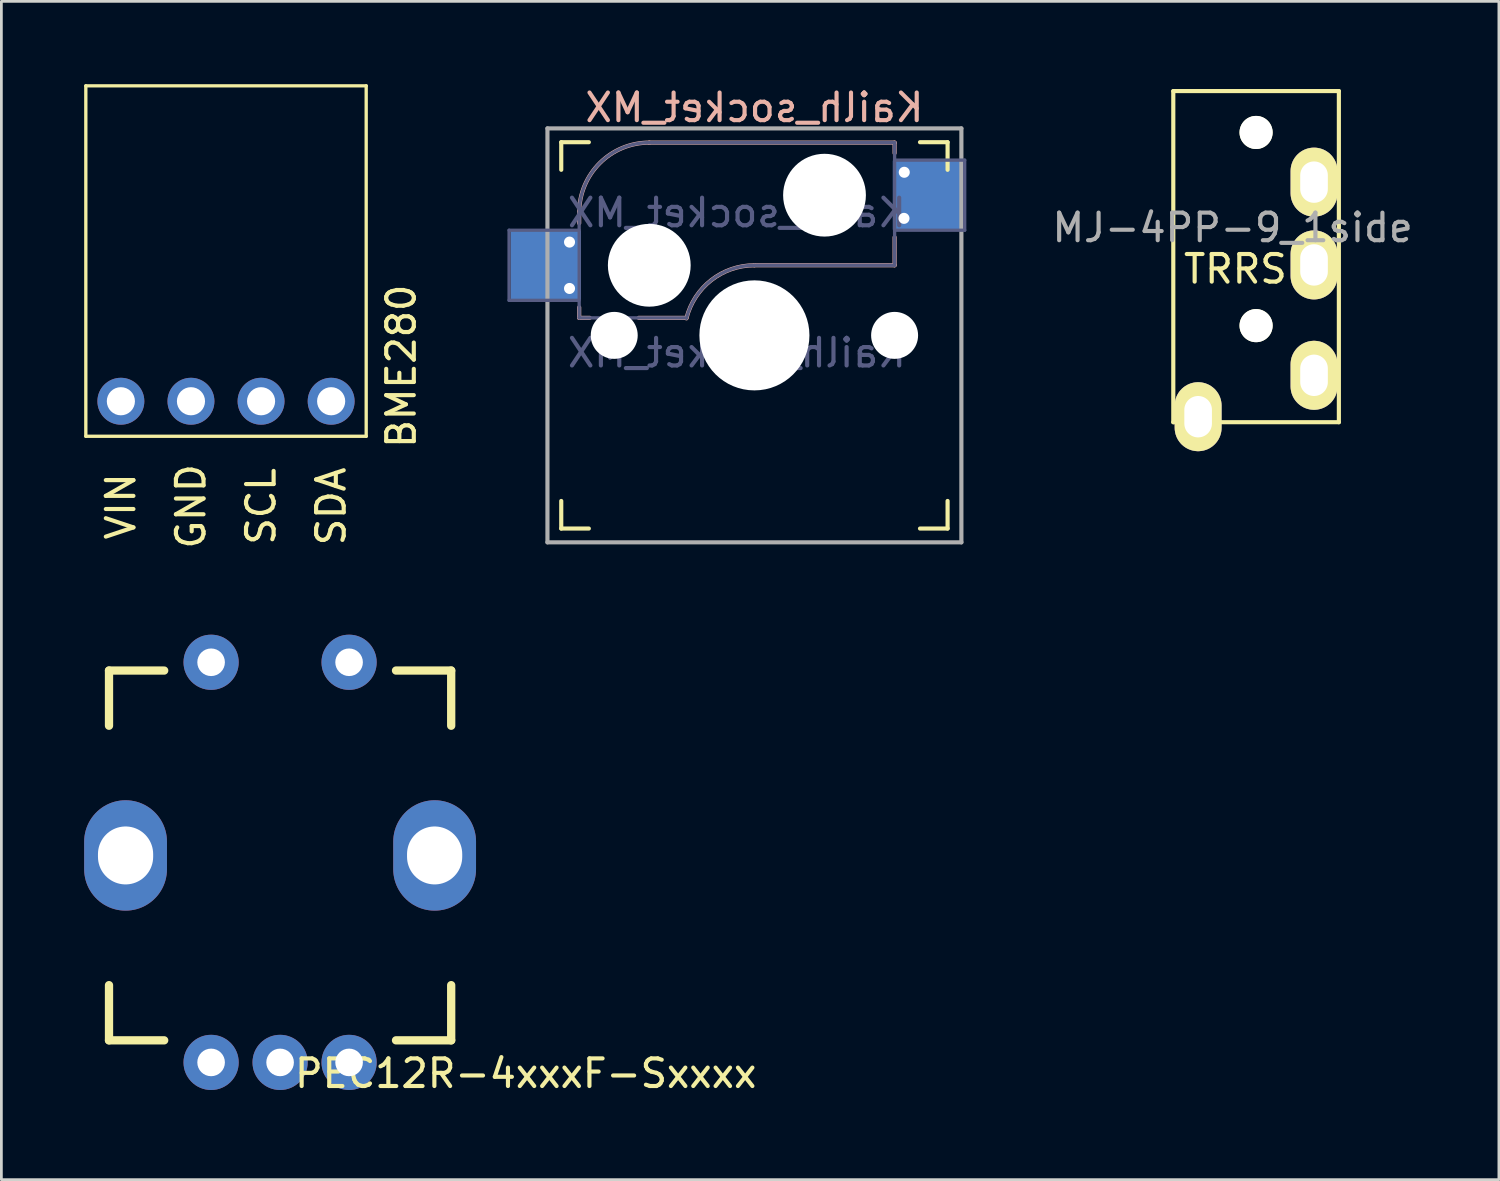
<source format=kicad_pcb>
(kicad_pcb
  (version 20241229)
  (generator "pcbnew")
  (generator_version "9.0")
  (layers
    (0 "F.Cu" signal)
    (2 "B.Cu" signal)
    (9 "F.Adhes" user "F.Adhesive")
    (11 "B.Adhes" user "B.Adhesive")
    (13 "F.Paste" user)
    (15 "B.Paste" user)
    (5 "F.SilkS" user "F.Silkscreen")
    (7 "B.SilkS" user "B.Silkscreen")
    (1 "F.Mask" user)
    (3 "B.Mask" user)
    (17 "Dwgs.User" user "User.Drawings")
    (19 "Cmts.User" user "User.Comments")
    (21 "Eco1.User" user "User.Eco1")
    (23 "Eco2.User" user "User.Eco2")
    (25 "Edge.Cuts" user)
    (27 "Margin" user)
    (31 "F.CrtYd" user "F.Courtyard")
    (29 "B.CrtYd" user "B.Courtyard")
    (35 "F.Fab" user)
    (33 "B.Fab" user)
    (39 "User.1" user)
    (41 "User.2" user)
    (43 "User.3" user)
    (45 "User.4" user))
  (footprint "Kailh_socket_MX"
    (layer "F.Cu")
    (at 24.288 9.103)
    (property "Reference" "Kailh_socket_MX" (at 0 -8.255 0) (layer "B.SilkS") (effects (font (size 1 1) (thickness 0.15)) (justify mirror)))
    (property "Value" "Kailh_socket_MX" (at 0 8.255 0) (layer "F.Fab") (hide yes) (effects (font (size 1 1) (thickness 0.15))))
    (attr smd)
    (fp_line (start -7 -6) (end -7 -7) (stroke (width 0.15) (type solid)) (layer "F.SilkS"))
    (fp_line (start -7 7) (end -7 6) (stroke (width 0.15) (type solid)) (layer "F.SilkS"))
    (fp_line (start -7 7) (end -6 7) (stroke (width 0.15) (type solid)) (layer "F.SilkS"))
    (fp_line (start -6 -7) (end -7 -7) (stroke (width 0.15) (type solid)) (layer "F.SilkS"))
    (fp_line (start 6 7) (end 7 7) (stroke (width 0.15) (type solid)) (layer "F.SilkS"))
    (fp_line (start 7 -7) (end 6 -7) (stroke (width 0.15) (type solid)) (layer "F.SilkS"))
    (fp_line (start 7 -7) (end 7 -6) (stroke (width 0.15) (type solid)) (layer "F.SilkS"))
    (fp_line (start 7 6) (end 7 7) (stroke (width 0.15) (type solid)) (layer "F.SilkS"))
    (fp_line (start -6.35 -4.445) (end -6.35 -4.064) (stroke (width 0.15) (type solid)) (layer "B.SilkS"))
    (fp_line (start -6.35 -1.016) (end -6.35 -0.635) (stroke (width 0.15) (type solid)) (layer "B.SilkS"))
    (fp_line (start -5.969 -0.635) (end -6.35 -0.635) (stroke (width 0.15) (type solid)) (layer "B.SilkS"))
    (fp_line (start -3.81 -6.985) (end 5.08 -6.985) (stroke (width 0.15) (type solid)) (layer "B.SilkS"))
    (fp_line (start -2.464 -0.635) (end -4.191 -0.635) (stroke (width 0.15) (type solid)) (layer "B.SilkS"))
    (fp_line (start 5.08 -6.985) (end 5.08 -6.604) (stroke (width 0.15) (type solid)) (layer "B.SilkS"))
    (fp_line (start 5.08 -3.556) (end 5.08 -2.54) (stroke (width 0.15) (type solid)) (layer "B.SilkS"))
    (fp_line (start 5.08 -2.54) (end 0 -2.54) (stroke (width 0.15) (type solid)) (layer "B.SilkS"))
    (fp_arc (start -6.35 -4.445) (mid -5.606051 -6.241051) (end -3.81 -6.985) (stroke (width 0.15) (type solid)) (layer "B.SilkS"))
    (fp_arc (start -2.464162 -0.61604) (mid -1.563147 -2.002042) (end 0 -2.54) (stroke (width 0.15) (type solid)) (layer "B.SilkS"))
    (fp_line (start -6.9 6.9) (end -6.9 -6.9) (stroke (width 0.15) (type solid)) (layer "Eco2.User"))
    (fp_line (start -6.9 6.9) (end 6.9 6.9) (stroke (width 0.15) (type solid)) (layer "Eco2.User"))
    (fp_line (start 6.9 -6.9) (end -6.9 -6.9) (stroke (width 0.15) (type solid)) (layer "Eco2.User"))
    (fp_line (start 6.9 -6.9) (end 6.9 6.9) (stroke (width 0.15) (type solid)) (layer "Eco2.User"))
    (fp_line (start -8.89 -3.81) (end -6.35 -3.81) (stroke (width 0.12) (type solid)) (layer "B.Fab"))
    (fp_line (start -8.89 -1.27) (end -8.89 -3.81) (stroke (width 0.12) (type solid)) (layer "B.Fab"))
    (fp_line (start -6.35 -1.27) (end -8.89 -1.27) (stroke (width 0.12) (type solid)) (layer "B.Fab"))
    (fp_line (start -6.35 -0.635) (end -6.35 -4.445) (stroke (width 0.12) (type solid)) (layer "B.Fab"))
    (fp_line (start -6.35 -0.635) (end -2.54 -0.635) (stroke (width 0.12) (type solid)) (layer "B.Fab"))
    (fp_line (start -3.81 -6.985) (end 5.08 -6.985) (stroke (width 0.12) (type solid)) (layer "B.Fab"))
    (fp_line (start 5.08 -6.985) (end 5.08 -2.54) (stroke (width 0.12) (type solid)) (layer "B.Fab"))
    (fp_line (start 5.08 -6.35) (end 7.62 -6.35) (stroke (width 0.12) (type solid)) (layer "B.Fab"))
    (fp_line (start 5.08 -2.54) (end 0 -2.54) (stroke (width 0.12) (type solid)) (layer "B.Fab"))
    (fp_line (start 7.62 -6.35) (end 7.62 -3.81) (stroke (width 0.12) (type solid)) (layer "B.Fab"))
    (fp_line (start 7.62 -3.81) (end 5.08 -3.81) (stroke (width 0.12) (type solid)) (layer "B.Fab"))
    (fp_arc (start -6.35 -4.445) (mid -5.606051 -6.241051) (end -3.81 -6.985) (stroke (width 0.12) (type solid)) (layer "B.Fab"))
    (fp_arc (start -2.464162 -0.61604) (mid -1.563147 -2.002042) (end 0 -2.54) (stroke (width 0.12) (type solid)) (layer "B.Fab"))
    (fp_line (start -7.5 -7.5) (end 7.5 -7.5) (stroke (width 0.15) (type solid)) (layer "F.Fab"))
    (fp_line (start -7.5 7.5) (end -7.5 -7.5) (stroke (width 0.15) (type solid)) (layer "F.Fab"))
    (fp_line (start 7.5 -7.5) (end 7.5 7.5) (stroke (width 0.15) (type solid)) (layer "F.Fab"))
    (fp_line (start 7.5 7.5) (end -7.5 7.5) (stroke (width 0.15) (type solid)) (layer "F.Fab"))
    (fp_text user "${REFERENCE}" (at -0.635 -4.445 0) (layer "B.Fab") (effects (font (size 1 1) (thickness 0.15)) (justify mirror)))
    (fp_text user "${VALUE}" (at -0.635 0.635 0) (layer "B.Fab") (effects (font (size 1 1) (thickness 0.15)) (justify mirror)))
    (pad "" np_thru_hole circle (at -5.08 0) (size 1.702 1.702) (drill 1.702) (layers "*.Cu" "*.Mask"))
    (pad "" np_thru_hole circle (at -3.81 -2.54) (size 3 3) (drill 3) (layers "*.Cu" "*.Mask"))
    (pad "" np_thru_hole circle (at 0 0) (size 3.988 3.988) (drill 3.988) (layers "*.Cu" "*.Mask"))
    (pad "" np_thru_hole circle (at 2.54 -5.08) (size 3 3) (drill 3) (layers "*.Cu" "*.Mask"))
    (pad "" np_thru_hole circle (at 5.08 0) (size 1.702 1.702) (drill 1.702) (layers "*.Cu" "*.Mask"))
    (pad "1" thru_hole circle (at 5.42 -4.24) (size 0.8 0.8) (drill 0.4) (layers "*.Cu" "*.Mask"))
    (pad "1" thru_hole circle (at 5.43 -5.91) (size 0.8 0.8) (drill 0.4) (layers "*.Cu" "*.Mask"))
    (pad "1" smd rect (at 6.29 -5.08) (size 2.55 2.5) (layers "B.Cu" "B.Mask" "B.Paste"))
    (pad "2" smd rect (at -7.56 -2.54) (size 2.55 2.5) (layers "B.Cu" "B.Mask" "B.Paste"))
    (pad "2" thru_hole circle (at -6.7 -3.38) (size 0.8 0.8) (drill 0.4) (layers "*.Cu" "*.Mask"))
    (pad "2" thru_hole circle (at -6.7 -1.7) (size 0.8 0.8) (drill 0.4) (layers "*.Cu" "*.Mask")))
  (footprint "MJ-4PP-9_1side"
    (layer "F.Cu")
    (at 42.467 0.25)
    (property "Reference" "MJ-4PP-9_1side" (at -0.85 4.95 0) (layer "F.Fab") (effects (font (size 1 1) (thickness 0.15))))
    (attr through_hole)
    (fp_line (start -3 0) (end 3 0) (stroke (width 0.15) (type solid)) (layer "F.SilkS"))
    (fp_line (start -3 12) (end -3 0) (stroke (width 0.15) (type solid)) (layer "F.SilkS"))
    (fp_line (start 3 0) (end 3 12) (stroke (width 0.15) (type solid)) (layer "F.SilkS"))
    (fp_line (start 3 12) (end -3 12) (stroke (width 0.15) (type solid)) (layer "F.SilkS"))
    (fp_text user "TRRS" (at -0.75 6.45 0) (layer "F.SilkS") (effects (font (size 1 1) (thickness 0.15))))
    (pad "" np_thru_hole circle (at 0 1.5) (size 1.2 1.2) (drill 1.2) (layers "*.Cu" "*.Mask" "F.SilkS"))
    (pad "" np_thru_hole circle (at 0 8.5) (size 1.2 1.2) (drill 1.2) (layers "*.Cu" "*.Mask" "F.SilkS"))
    (pad "R1" thru_hole oval (at 2.1 6.3) (size 1.7 2.5) (drill oval 1 1.5) (layers "*.Cu" "B.Mask" "F.SilkS"))
    (pad "R2" thru_hole oval (at 2.1 3.3) (size 1.7 2.5) (drill oval 1 1.5) (layers "*.Cu" "B.Mask" "F.SilkS"))
    (pad "S" thru_hole oval (at -2.1 11.8) (size 1.7 2.5) (drill oval 1 1.5) (layers "*.Cu" "B.Mask" "F.SilkS"))
    (pad "T" thru_hole oval (at 2.1 10.3) (size 1.7 2.5) (drill oval 1 1.5) (layers "*.Cu" "B.Mask" "F.SilkS")))
  (footprint "PEC12R-4xxxF-Sxxxx"
    (layer "F.Cu")
    (at 7.1 27.949)
    (property "Reference" "PEC12R-4xxxF-Sxxxx" (at 8.9 7.9 0) (layer "F.SilkS") (effects (font (size 1 1) (thickness 0.15))))
    (attr through_hole)
    (fp_line (start -6.2 -6.7) (end -6.2 -4.7) (stroke (width 0.3) (type solid)) (layer "F.SilkS"))
    (fp_line (start -6.2 -6.7) (end -4.2 -6.7) (stroke (width 0.3) (type solid)) (layer "F.SilkS"))
    (fp_line (start -6.2 6.7) (end -6.2 4.7) (stroke (width 0.3) (type solid)) (layer "F.SilkS"))
    (fp_line (start -6.2 6.7) (end -4.2 6.7) (stroke (width 0.3) (type solid)) (layer "F.SilkS"))
    (fp_line (start 6.2 -6.7) (end 4.2 -6.7) (stroke (width 0.3) (type solid)) (layer "F.SilkS"))
    (fp_line (start 6.2 -6.7) (end 6.2 -4.7) (stroke (width 0.3) (type solid)) (layer "F.SilkS"))
    (fp_line (start 6.2 6.7) (end 4.2 6.7) (stroke (width 0.3) (type solid)) (layer "F.SilkS"))
    (fp_line (start 6.2 6.7) (end 6.2 4.7) (stroke (width 0.3) (type solid)) (layer "F.SilkS"))
    (pad "" thru_hole oval (at -5.6 0) (size 3 4) (drill oval 2 2.1) (layers "*.Cu" "*.Mask"))
    (pad "" thru_hole oval (at 5.6 0) (size 3 4) (drill oval 2 2.1) (layers "*.Cu" "*.Mask"))
    (pad "A" thru_hole circle (at -2.5 7.5) (size 2 2) (drill 1) (layers "*.Cu" "*.Mask"))
    (pad "B" thru_hole circle (at 2.5 7.5) (size 2 2) (drill 1) (layers "*.Cu" "*.Mask"))
    (pad "C" thru_hole circle (at 0 7.5) (size 2 2) (drill 1) (layers "*.Cu" "*.Mask"))
    (pad "S1" thru_hole circle (at -2.5 -7) (size 2 2) (drill 1) (layers "*.Cu" "*.Mask"))
    (pad "S2" thru_hole circle (at 2.5 -7) (size 2 2) (drill 1) (layers "*.Cu" "*.Mask")))
  (footprint "BME280"
    (layer "F.Cu")
    (at 5.14 8.95)
    (property "Reference" "BME280" (at 6.35 1.27 90) (layer "F.SilkS") (effects (font (size 1 1) (thickness 0.15))))
    (attr through_hole)
    (fp_line (start -5.08 -8.89) (end -5.08 3.81) (stroke (width 0.12) (type solid)) (layer "F.SilkS"))
    (fp_line (start -5.08 3.81) (end 5.08 3.81) (stroke (width 0.12) (type solid)) (layer "F.SilkS"))
    (fp_line (start 5.08 -8.89) (end -5.08 -8.89) (stroke (width 0.12) (type solid)) (layer "F.SilkS"))
    (fp_line (start 5.08 3.81) (end 5.08 -8.89) (stroke (width 0.12) (type solid)) (layer "F.SilkS"))
    (fp_text user "GND" (at -1.27 6.35 90) (layer "F.SilkS") (effects (font (size 1 1) (thickness 0.15))))
    (fp_text user "SCL" (at 1.27 6.35 90) (layer "F.SilkS") (effects (font (size 1 1) (thickness 0.15))))
    (fp_text user "SDA" (at 3.81 6.35 90) (layer "F.SilkS") (effects (font (size 1 1) (thickness 0.15))))
    (fp_text user "VIN" (at -3.81 6.35 90) (layer "F.SilkS") (effects (font (size 1 1) (thickness 0.15))))
    (pad "1" thru_hole circle (at -3.81 2.54) (size 1.7 1.7) (drill 1.02) (layers "*.Cu" "*.Mask"))
    (pad "2" thru_hole circle (at -1.27 2.54) (size 1.7 1.7) (drill 1.02) (layers "*.Cu" "*.Mask"))
    (pad "3" thru_hole circle (at 1.27 2.54) (size 1.7 1.7) (drill 1.02) (layers "*.Cu" "*.Mask"))
    (pad "4" thru_hole circle (at 3.81 2.54) (size 1.7 1.7) (drill 1.02) (layers "*.Cu" "*.Mask")))
  (gr_rect
    (start -3 -3)
    (end 51.266 39.697)
    (stroke (width 0.1) (type default))
    (fill no)
    (layer "Edge.Cuts")))
</source>
